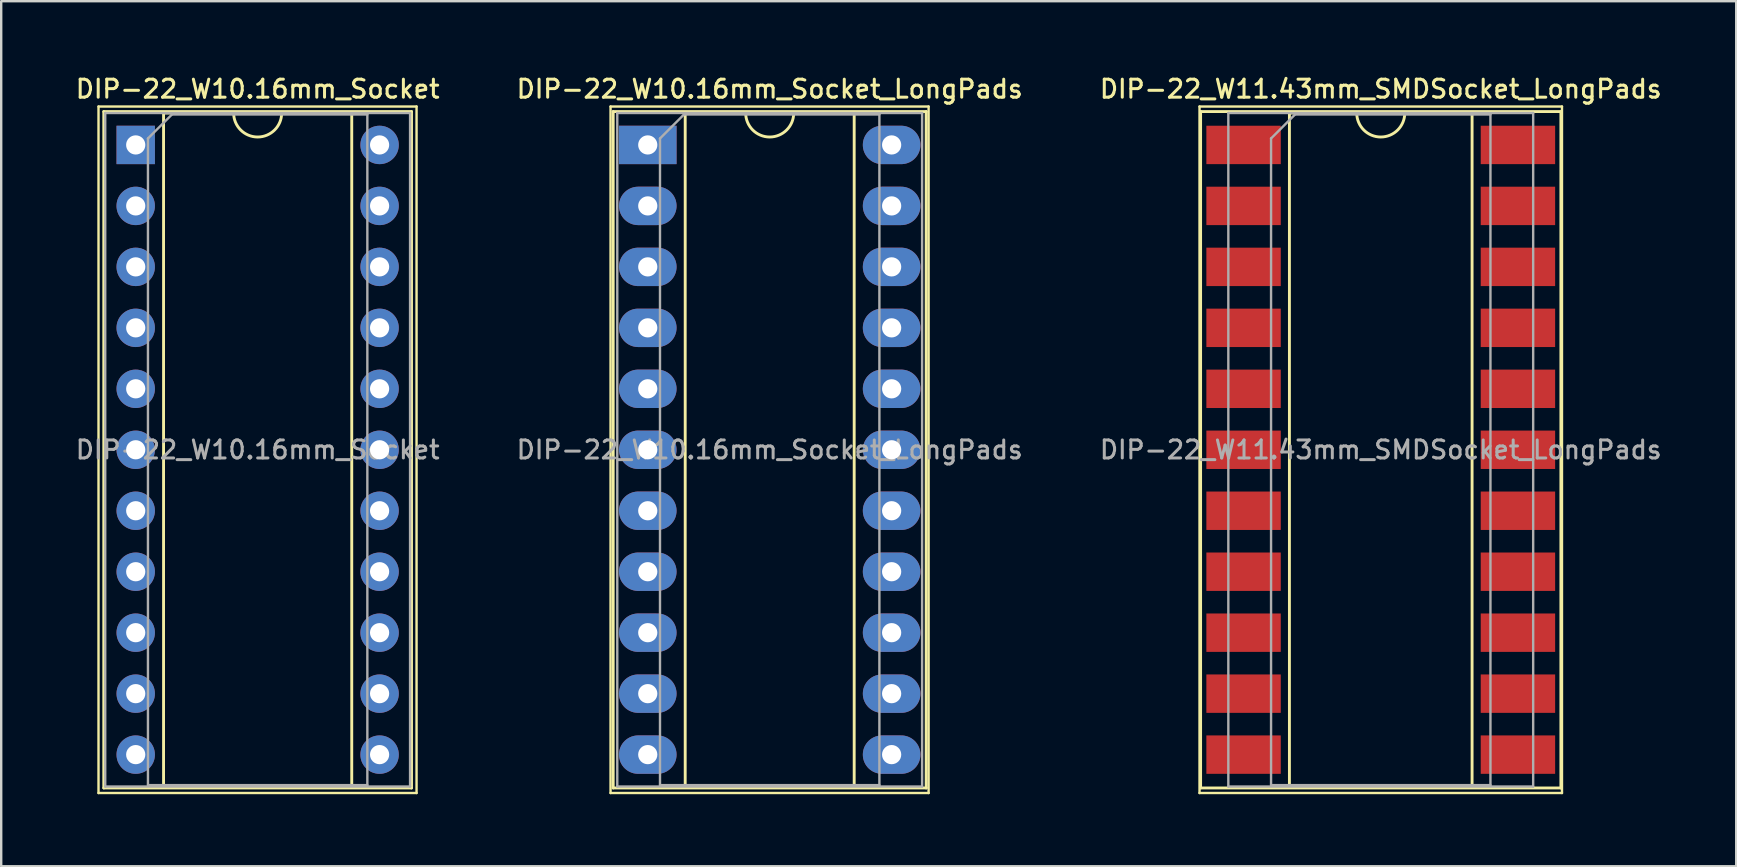
<source format=kicad_pcb>
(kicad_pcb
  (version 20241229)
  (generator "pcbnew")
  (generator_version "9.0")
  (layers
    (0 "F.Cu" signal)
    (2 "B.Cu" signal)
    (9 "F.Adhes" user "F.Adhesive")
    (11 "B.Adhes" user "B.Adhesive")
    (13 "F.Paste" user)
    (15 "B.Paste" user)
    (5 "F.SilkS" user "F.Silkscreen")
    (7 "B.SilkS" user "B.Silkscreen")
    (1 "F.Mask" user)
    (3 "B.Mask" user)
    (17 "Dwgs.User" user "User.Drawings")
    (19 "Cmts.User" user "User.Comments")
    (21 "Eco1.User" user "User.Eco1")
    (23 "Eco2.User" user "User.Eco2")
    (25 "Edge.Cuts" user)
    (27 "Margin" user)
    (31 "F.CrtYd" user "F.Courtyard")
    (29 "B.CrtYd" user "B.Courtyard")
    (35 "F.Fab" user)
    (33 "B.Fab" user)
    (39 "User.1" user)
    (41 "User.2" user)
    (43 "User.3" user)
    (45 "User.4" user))
  (footprint "DIP-22_W10.16mm_Socket_LongPads"
    (layer "F.Cu")
    (at 23.936 2.988)
    (property "Reference" "DIP-22_W10.16mm_Socket_LongPads" (at 5.08 -2.33 0) (layer "F.SilkS") (effects (font (size 0.75 0.75) (thickness 0.125))))
    (attr through_hole)
    (fp_line (start -1.55 -1.6) (end -1.55 27) (stroke (width 0.1) (type solid)) (layer "F.SilkS"))
    (fp_line (start -1.55 27) (end 11.7 27) (stroke (width 0.1) (type solid)) (layer "F.SilkS"))
    (fp_line (start -1.44 -1.39) (end -1.44 26.79) (stroke (width 0.12) (type solid)) (layer "F.SilkS"))
    (fp_line (start -1.44 26.79) (end 11.6 26.79) (stroke (width 0.12) (type solid)) (layer "F.SilkS"))
    (fp_line (start 1.56 -1.33) (end 1.56 26.73) (stroke (width 0.12) (type solid)) (layer "F.SilkS"))
    (fp_line (start 1.56 26.73) (end 8.6 26.73) (stroke (width 0.12) (type solid)) (layer "F.SilkS"))
    (fp_line (start 4.08 -1.33) (end 1.56 -1.33) (stroke (width 0.12) (type solid)) (layer "F.SilkS"))
    (fp_line (start 8.6 -1.33) (end 6.08 -1.33) (stroke (width 0.12) (type solid)) (layer "F.SilkS"))
    (fp_line (start 8.6 26.73) (end 8.6 -1.33) (stroke (width 0.12) (type solid)) (layer "F.SilkS"))
    (fp_line (start 11.6 -1.39) (end -1.44 -1.39) (stroke (width 0.12) (type solid)) (layer "F.SilkS"))
    (fp_line (start 11.6 26.79) (end 11.6 -1.39) (stroke (width 0.12) (type solid)) (layer "F.SilkS"))
    (fp_line (start 11.7 -1.6) (end -1.55 -1.6) (stroke (width 0.1) (type solid)) (layer "F.SilkS"))
    (fp_line (start 11.7 27) (end 11.7 -1.6) (stroke (width 0.1) (type solid)) (layer "F.SilkS"))
    (fp_arc (start 6.08 -1.33) (mid 5.08 -0.33) (end 4.08 -1.33) (stroke (width 0.12) (type solid)) (layer "F.SilkS"))
    (fp_line (start -1.27 -1.33) (end -1.27 26.73) (stroke (width 0.1) (type solid)) (layer "F.Fab"))
    (fp_line (start -1.27 26.73) (end 11.43 26.73) (stroke (width 0.1) (type solid)) (layer "F.Fab"))
    (fp_line (start 0.51 -0.27) (end 1.51 -1.27) (stroke (width 0.1) (type solid)) (layer "F.Fab"))
    (fp_line (start 0.51 26.67) (end 0.51 -0.27) (stroke (width 0.1) (type solid)) (layer "F.Fab"))
    (fp_line (start 1.51 -1.27) (end 9.65 -1.27) (stroke (width 0.1) (type solid)) (layer "F.Fab"))
    (fp_line (start 9.65 -1.27) (end 9.65 26.67) (stroke (width 0.1) (type solid)) (layer "F.Fab"))
    (fp_line (start 9.65 26.67) (end 0.51 26.67) (stroke (width 0.1) (type solid)) (layer "F.Fab"))
    (fp_line (start 11.43 -1.33) (end -1.27 -1.33) (stroke (width 0.1) (type solid)) (layer "F.Fab"))
    (fp_line (start 11.43 26.73) (end 11.43 -1.33) (stroke (width 0.1) (type solid)) (layer "F.Fab"))
    (fp_text user "${REFERENCE}" (at 5.08 12.7 0) (layer "F.Fab") (effects (font (size 0.75 0.75) (thickness 0.125))))
    (pad "1" thru_hole rect (at 0 0) (size 2.4 1.6) (drill 0.8) (layers "*.Cu" "*.Mask"))
    (pad "2" thru_hole oval (at 0 2.54) (size 2.4 1.6) (drill 0.8) (layers "*.Cu" "*.Mask"))
    (pad "3" thru_hole oval (at 0 5.08) (size 2.4 1.6) (drill 0.8) (layers "*.Cu" "*.Mask"))
    (pad "4" thru_hole oval (at 0 7.62) (size 2.4 1.6) (drill 0.8) (layers "*.Cu" "*.Mask"))
    (pad "5" thru_hole oval (at 0 10.16) (size 2.4 1.6) (drill 0.8) (layers "*.Cu" "*.Mask"))
    (pad "6" thru_hole oval (at 0 12.7) (size 2.4 1.6) (drill 0.8) (layers "*.Cu" "*.Mask"))
    (pad "7" thru_hole oval (at 0 15.24) (size 2.4 1.6) (drill 0.8) (layers "*.Cu" "*.Mask"))
    (pad "8" thru_hole oval (at 0 17.78) (size 2.4 1.6) (drill 0.8) (layers "*.Cu" "*.Mask"))
    (pad "9" thru_hole oval (at 0 20.32) (size 2.4 1.6) (drill 0.8) (layers "*.Cu" "*.Mask"))
    (pad "10" thru_hole oval (at 0 22.86) (size 2.4 1.6) (drill 0.8) (layers "*.Cu" "*.Mask"))
    (pad "11" thru_hole oval (at 0 25.4) (size 2.4 1.6) (drill 0.8) (layers "*.Cu" "*.Mask"))
    (pad "12" thru_hole oval (at 10.16 25.4) (size 2.4 1.6) (drill 0.8) (layers "*.Cu" "*.Mask"))
    (pad "13" thru_hole oval (at 10.16 22.86) (size 2.4 1.6) (drill 0.8) (layers "*.Cu" "*.Mask"))
    (pad "14" thru_hole oval (at 10.16 20.32) (size 2.4 1.6) (drill 0.8) (layers "*.Cu" "*.Mask"))
    (pad "15" thru_hole oval (at 10.16 17.78) (size 2.4 1.6) (drill 0.8) (layers "*.Cu" "*.Mask"))
    (pad "16" thru_hole oval (at 10.16 15.24) (size 2.4 1.6) (drill 0.8) (layers "*.Cu" "*.Mask"))
    (pad "17" thru_hole oval (at 10.16 12.7) (size 2.4 1.6) (drill 0.8) (layers "*.Cu" "*.Mask"))
    (pad "18" thru_hole oval (at 10.16 10.16) (size 2.4 1.6) (drill 0.8) (layers "*.Cu" "*.Mask"))
    (pad "19" thru_hole oval (at 10.16 7.62) (size 2.4 1.6) (drill 0.8) (layers "*.Cu" "*.Mask"))
    (pad "20" thru_hole oval (at 10.16 5.08) (size 2.4 1.6) (drill 0.8) (layers "*.Cu" "*.Mask"))
    (pad "21" thru_hole oval (at 10.16 2.54) (size 2.4 1.6) (drill 0.8) (layers "*.Cu" "*.Mask"))
    (pad "22" thru_hole oval (at 10.16 0) (size 2.4 1.6) (drill 0.8) (layers "*.Cu" "*.Mask")))
  (footprint "DIP-22_W10.16mm_Socket"
    (layer "F.Cu")
    (at 2.604 2.988)
    (property "Reference" "DIP-22_W10.16mm_Socket" (at 5.08 -2.33 0) (layer "F.SilkS") (effects (font (size 0.75 0.75) (thickness 0.125))))
    (attr through_hole)
    (fp_line (start -1.55 -1.6) (end -1.55 27) (stroke (width 0.1) (type solid)) (layer "F.SilkS"))
    (fp_line (start -1.55 27) (end 11.7 27) (stroke (width 0.1) (type solid)) (layer "F.SilkS"))
    (fp_line (start -1.33 -1.39) (end -1.33 26.79) (stroke (width 0.12) (type solid)) (layer "F.SilkS"))
    (fp_line (start -1.33 26.79) (end 11.49 26.79) (stroke (width 0.12) (type solid)) (layer "F.SilkS"))
    (fp_line (start 1.16 -1.33) (end 1.16 26.73) (stroke (width 0.12) (type solid)) (layer "F.SilkS"))
    (fp_line (start 1.16 26.73) (end 9 26.73) (stroke (width 0.12) (type solid)) (layer "F.SilkS"))
    (fp_line (start 4.08 -1.33) (end 1.16 -1.33) (stroke (width 0.12) (type solid)) (layer "F.SilkS"))
    (fp_line (start 9 -1.33) (end 6.08 -1.33) (stroke (width 0.12) (type solid)) (layer "F.SilkS"))
    (fp_line (start 9 26.73) (end 9 -1.33) (stroke (width 0.12) (type solid)) (layer "F.SilkS"))
    (fp_line (start 11.49 -1.39) (end -1.33 -1.39) (stroke (width 0.12) (type solid)) (layer "F.SilkS"))
    (fp_line (start 11.49 26.79) (end 11.49 -1.39) (stroke (width 0.12) (type solid)) (layer "F.SilkS"))
    (fp_line (start 11.7 -1.6) (end -1.55 -1.6) (stroke (width 0.1) (type solid)) (layer "F.SilkS"))
    (fp_line (start 11.7 27) (end 11.7 -1.6) (stroke (width 0.1) (type solid)) (layer "F.SilkS"))
    (fp_arc (start 6.08 -1.33) (mid 5.08 -0.33) (end 4.08 -1.33) (stroke (width 0.12) (type solid)) (layer "F.SilkS"))
    (fp_line (start -1.27 -1.33) (end -1.27 26.73) (stroke (width 0.1) (type solid)) (layer "F.Fab"))
    (fp_line (start -1.27 26.73) (end 11.43 26.73) (stroke (width 0.1) (type solid)) (layer "F.Fab"))
    (fp_line (start 0.51 -0.27) (end 1.51 -1.27) (stroke (width 0.1) (type solid)) (layer "F.Fab"))
    (fp_line (start 0.51 26.67) (end 0.51 -0.27) (stroke (width 0.1) (type solid)) (layer "F.Fab"))
    (fp_line (start 1.51 -1.27) (end 9.65 -1.27) (stroke (width 0.1) (type solid)) (layer "F.Fab"))
    (fp_line (start 9.65 -1.27) (end 9.65 26.67) (stroke (width 0.1) (type solid)) (layer "F.Fab"))
    (fp_line (start 9.65 26.67) (end 0.51 26.67) (stroke (width 0.1) (type solid)) (layer "F.Fab"))
    (fp_line (start 11.43 -1.33) (end -1.27 -1.33) (stroke (width 0.1) (type solid)) (layer "F.Fab"))
    (fp_line (start 11.43 26.73) (end 11.43 -1.33) (stroke (width 0.1) (type solid)) (layer "F.Fab"))
    (fp_text user "${REFERENCE}" (at 5.08 12.7 0) (layer "F.Fab") (effects (font (size 0.75 0.75) (thickness 0.125))))
    (pad "1" thru_hole rect (at 0 0) (size 1.6 1.6) (drill 0.8) (layers "*.Cu" "*.Mask"))
    (pad "2" thru_hole oval (at 0 2.54) (size 1.6 1.6) (drill 0.8) (layers "*.Cu" "*.Mask"))
    (pad "3" thru_hole oval (at 0 5.08) (size 1.6 1.6) (drill 0.8) (layers "*.Cu" "*.Mask"))
    (pad "4" thru_hole oval (at 0 7.62) (size 1.6 1.6) (drill 0.8) (layers "*.Cu" "*.Mask"))
    (pad "5" thru_hole oval (at 0 10.16) (size 1.6 1.6) (drill 0.8) (layers "*.Cu" "*.Mask"))
    (pad "6" thru_hole oval (at 0 12.7) (size 1.6 1.6) (drill 0.8) (layers "*.Cu" "*.Mask"))
    (pad "7" thru_hole oval (at 0 15.24) (size 1.6 1.6) (drill 0.8) (layers "*.Cu" "*.Mask"))
    (pad "8" thru_hole oval (at 0 17.78) (size 1.6 1.6) (drill 0.8) (layers "*.Cu" "*.Mask"))
    (pad "9" thru_hole oval (at 0 20.32) (size 1.6 1.6) (drill 0.8) (layers "*.Cu" "*.Mask"))
    (pad "10" thru_hole oval (at 0 22.86) (size 1.6 1.6) (drill 0.8) (layers "*.Cu" "*.Mask"))
    (pad "11" thru_hole oval (at 0 25.4) (size 1.6 1.6) (drill 0.8) (layers "*.Cu" "*.Mask"))
    (pad "12" thru_hole oval (at 10.16 25.4) (size 1.6 1.6) (drill 0.8) (layers "*.Cu" "*.Mask"))
    (pad "13" thru_hole oval (at 10.16 22.86) (size 1.6 1.6) (drill 0.8) (layers "*.Cu" "*.Mask"))
    (pad "14" thru_hole oval (at 10.16 20.32) (size 1.6 1.6) (drill 0.8) (layers "*.Cu" "*.Mask"))
    (pad "15" thru_hole oval (at 10.16 17.78) (size 1.6 1.6) (drill 0.8) (layers "*.Cu" "*.Mask"))
    (pad "16" thru_hole oval (at 10.16 15.24) (size 1.6 1.6) (drill 0.8) (layers "*.Cu" "*.Mask"))
    (pad "17" thru_hole oval (at 10.16 12.7) (size 1.6 1.6) (drill 0.8) (layers "*.Cu" "*.Mask"))
    (pad "18" thru_hole oval (at 10.16 10.16) (size 1.6 1.6) (drill 0.8) (layers "*.Cu" "*.Mask"))
    (pad "19" thru_hole oval (at 10.16 7.62) (size 1.6 1.6) (drill 0.8) (layers "*.Cu" "*.Mask"))
    (pad "20" thru_hole oval (at 10.16 5.08) (size 1.6 1.6) (drill 0.8) (layers "*.Cu" "*.Mask"))
    (pad "21" thru_hole oval (at 10.16 2.54) (size 1.6 1.6) (drill 0.8) (layers "*.Cu" "*.Mask"))
    (pad "22" thru_hole oval (at 10.16 0) (size 1.6 1.6) (drill 0.8) (layers "*.Cu" "*.Mask")))
  (footprint "DIP-22_W11.43mm_SMDSocket_LongPads"
    (layer "F.Cu")
    (at 54.473 15.688)
    (property "Reference" "DIP-22_W11.43mm_SMDSocket_LongPads" (at 0 -15.03 0) (layer "F.SilkS") (effects (font (size 0.75 0.75) (thickness 0.125))))
    (attr smd)
    (fp_line (start -7.55 -14.3) (end -7.55 14.3) (stroke (width 0.1) (type solid)) (layer "F.SilkS"))
    (fp_line (start -7.55 14.3) (end 7.55 14.3) (stroke (width 0.1) (type solid)) (layer "F.SilkS"))
    (fp_line (start -7.505 -14.09) (end -7.505 14.09) (stroke (width 0.12) (type solid)) (layer "F.SilkS"))
    (fp_line (start -7.505 14.09) (end 7.505 14.09) (stroke (width 0.12) (type solid)) (layer "F.SilkS"))
    (fp_line (start -3.805 -14.03) (end -3.805 14.03) (stroke (width 0.12) (type solid)) (layer "F.SilkS"))
    (fp_line (start -3.805 14.03) (end 3.805 14.03) (stroke (width 0.12) (type solid)) (layer "F.SilkS"))
    (fp_line (start -1 -14.03) (end -3.805 -14.03) (stroke (width 0.12) (type solid)) (layer "F.SilkS"))
    (fp_line (start 3.805 -14.03) (end 1 -14.03) (stroke (width 0.12) (type solid)) (layer "F.SilkS"))
    (fp_line (start 3.805 14.03) (end 3.805 -14.03) (stroke (width 0.12) (type solid)) (layer "F.SilkS"))
    (fp_line (start 7.505 -14.09) (end -7.505 -14.09) (stroke (width 0.12) (type solid)) (layer "F.SilkS"))
    (fp_line (start 7.505 14.09) (end 7.505 -14.09) (stroke (width 0.12) (type solid)) (layer "F.SilkS"))
    (fp_line (start 7.55 -14.3) (end -7.55 -14.3) (stroke (width 0.1) (type solid)) (layer "F.SilkS"))
    (fp_line (start 7.55 14.3) (end 7.55 -14.3) (stroke (width 0.1) (type solid)) (layer "F.SilkS"))
    (fp_arc (start 1 -14.03) (mid 0 -13.03) (end -1 -14.03) (stroke (width 0.12) (type solid)) (layer "F.SilkS"))
    (fp_line (start -6.35 -14.03) (end -6.35 14.03) (stroke (width 0.1) (type solid)) (layer "F.Fab"))
    (fp_line (start -6.35 14.03) (end 6.35 14.03) (stroke (width 0.1) (type solid)) (layer "F.Fab"))
    (fp_line (start -4.57 -12.97) (end -3.57 -13.97) (stroke (width 0.1) (type solid)) (layer "F.Fab"))
    (fp_line (start -4.57 13.97) (end -4.57 -12.97) (stroke (width 0.1) (type solid)) (layer "F.Fab"))
    (fp_line (start -3.57 -13.97) (end 4.57 -13.97) (stroke (width 0.1) (type solid)) (layer "F.Fab"))
    (fp_line (start 4.57 -13.97) (end 4.57 13.97) (stroke (width 0.1) (type solid)) (layer "F.Fab"))
    (fp_line (start 4.57 13.97) (end -4.57 13.97) (stroke (width 0.1) (type solid)) (layer "F.Fab"))
    (fp_line (start 6.35 -14.03) (end -6.35 -14.03) (stroke (width 0.1) (type solid)) (layer "F.Fab"))
    (fp_line (start 6.35 14.03) (end 6.35 -14.03) (stroke (width 0.1) (type solid)) (layer "F.Fab"))
    (fp_text user "${REFERENCE}" (at 0 0 0) (layer "F.Fab") (effects (font (size 0.75 0.75) (thickness 0.125))))
    (pad "1" smd rect (at -5.715 -12.7) (size 3.1 1.6) (layers "F.Cu" "F.Mask" "F.Paste"))
    (pad "2" smd rect (at -5.715 -10.16) (size 3.1 1.6) (layers "F.Cu" "F.Mask" "F.Paste"))
    (pad "3" smd rect (at -5.715 -7.62) (size 3.1 1.6) (layers "F.Cu" "F.Mask" "F.Paste"))
    (pad "4" smd rect (at -5.715 -5.08) (size 3.1 1.6) (layers "F.Cu" "F.Mask" "F.Paste"))
    (pad "5" smd rect (at -5.715 -2.54) (size 3.1 1.6) (layers "F.Cu" "F.Mask" "F.Paste"))
    (pad "6" smd rect (at -5.715 0) (size 3.1 1.6) (layers "F.Cu" "F.Mask" "F.Paste"))
    (pad "7" smd rect (at -5.715 2.54) (size 3.1 1.6) (layers "F.Cu" "F.Mask" "F.Paste"))
    (pad "8" smd rect (at -5.715 5.08) (size 3.1 1.6) (layers "F.Cu" "F.Mask" "F.Paste"))
    (pad "9" smd rect (at -5.715 7.62) (size 3.1 1.6) (layers "F.Cu" "F.Mask" "F.Paste"))
    (pad "10" smd rect (at -5.715 10.16) (size 3.1 1.6) (layers "F.Cu" "F.Mask" "F.Paste"))
    (pad "11" smd rect (at -5.715 12.7) (size 3.1 1.6) (layers "F.Cu" "F.Mask" "F.Paste"))
    (pad "12" smd rect (at 5.715 12.7) (size 3.1 1.6) (layers "F.Cu" "F.Mask" "F.Paste"))
    (pad "13" smd rect (at 5.715 10.16) (size 3.1 1.6) (layers "F.Cu" "F.Mask" "F.Paste"))
    (pad "14" smd rect (at 5.715 7.62) (size 3.1 1.6) (layers "F.Cu" "F.Mask" "F.Paste"))
    (pad "15" smd rect (at 5.715 5.08) (size 3.1 1.6) (layers "F.Cu" "F.Mask" "F.Paste"))
    (pad "16" smd rect (at 5.715 2.54) (size 3.1 1.6) (layers "F.Cu" "F.Mask" "F.Paste"))
    (pad "17" smd rect (at 5.715 0) (size 3.1 1.6) (layers "F.Cu" "F.Mask" "F.Paste"))
    (pad "18" smd rect (at 5.715 -2.54) (size 3.1 1.6) (layers "F.Cu" "F.Mask" "F.Paste"))
    (pad "19" smd rect (at 5.715 -5.08) (size 3.1 1.6) (layers "F.Cu" "F.Mask" "F.Paste"))
    (pad "20" smd rect (at 5.715 -7.62) (size 3.1 1.6) (layers "F.Cu" "F.Mask" "F.Paste"))
    (pad "21" smd rect (at 5.715 -10.16) (size 3.1 1.6) (layers "F.Cu" "F.Mask" "F.Paste"))
    (pad "22" smd rect (at 5.715 -12.7) (size 3.1 1.6) (layers "F.Cu" "F.Mask" "F.Paste")))
  (gr_rect
    (start -3 -3)
    (end 69.282 33.038)
    (stroke (width 0.1) (type default))
    (fill no)
    (layer "Edge.Cuts")))
</source>
